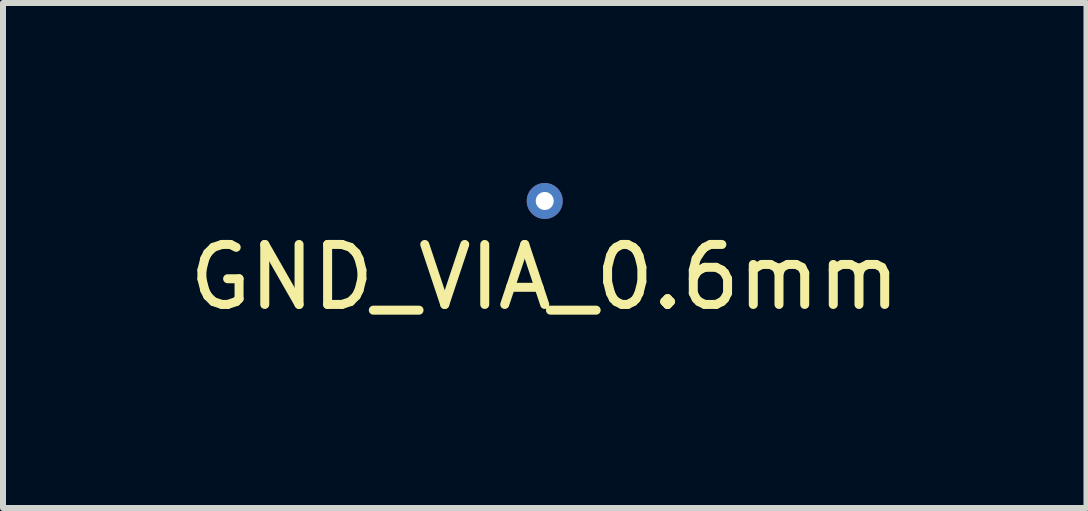
<source format=kicad_pcb>
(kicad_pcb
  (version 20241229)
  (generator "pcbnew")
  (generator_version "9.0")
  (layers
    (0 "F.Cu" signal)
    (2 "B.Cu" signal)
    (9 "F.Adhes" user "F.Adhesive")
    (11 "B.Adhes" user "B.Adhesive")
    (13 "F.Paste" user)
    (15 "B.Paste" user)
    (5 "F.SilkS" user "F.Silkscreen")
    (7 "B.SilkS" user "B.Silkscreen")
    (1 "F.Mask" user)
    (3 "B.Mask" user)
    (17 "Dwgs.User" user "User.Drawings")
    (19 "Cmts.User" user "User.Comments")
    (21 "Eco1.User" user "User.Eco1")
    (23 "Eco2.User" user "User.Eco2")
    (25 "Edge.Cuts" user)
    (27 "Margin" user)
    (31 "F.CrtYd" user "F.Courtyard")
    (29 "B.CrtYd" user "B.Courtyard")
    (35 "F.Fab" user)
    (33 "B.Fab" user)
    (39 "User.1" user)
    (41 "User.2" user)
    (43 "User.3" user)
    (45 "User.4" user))
  (footprint "GND_VIA_0.6mm"
    (layer "F.Cu")
    (at 6.03 0.3)
    (property "Reference" "GND_VIA_0.6mm" (at 0 1.27 0) (layer "F.SilkS") (effects (font (size 1 1) (thickness 0.15))))
    (attr through_hole)
    (pad "1" thru_hole circle (at 0 0) (size 0.6 0.6) (drill 0.3) (layers "*.Cu")))
  (gr_rect
    (start -3 -3)
    (end 15.06 5.418)
    (stroke (width 0.1) (type default))
    (fill no)
    (layer "Edge.Cuts")))
</source>
